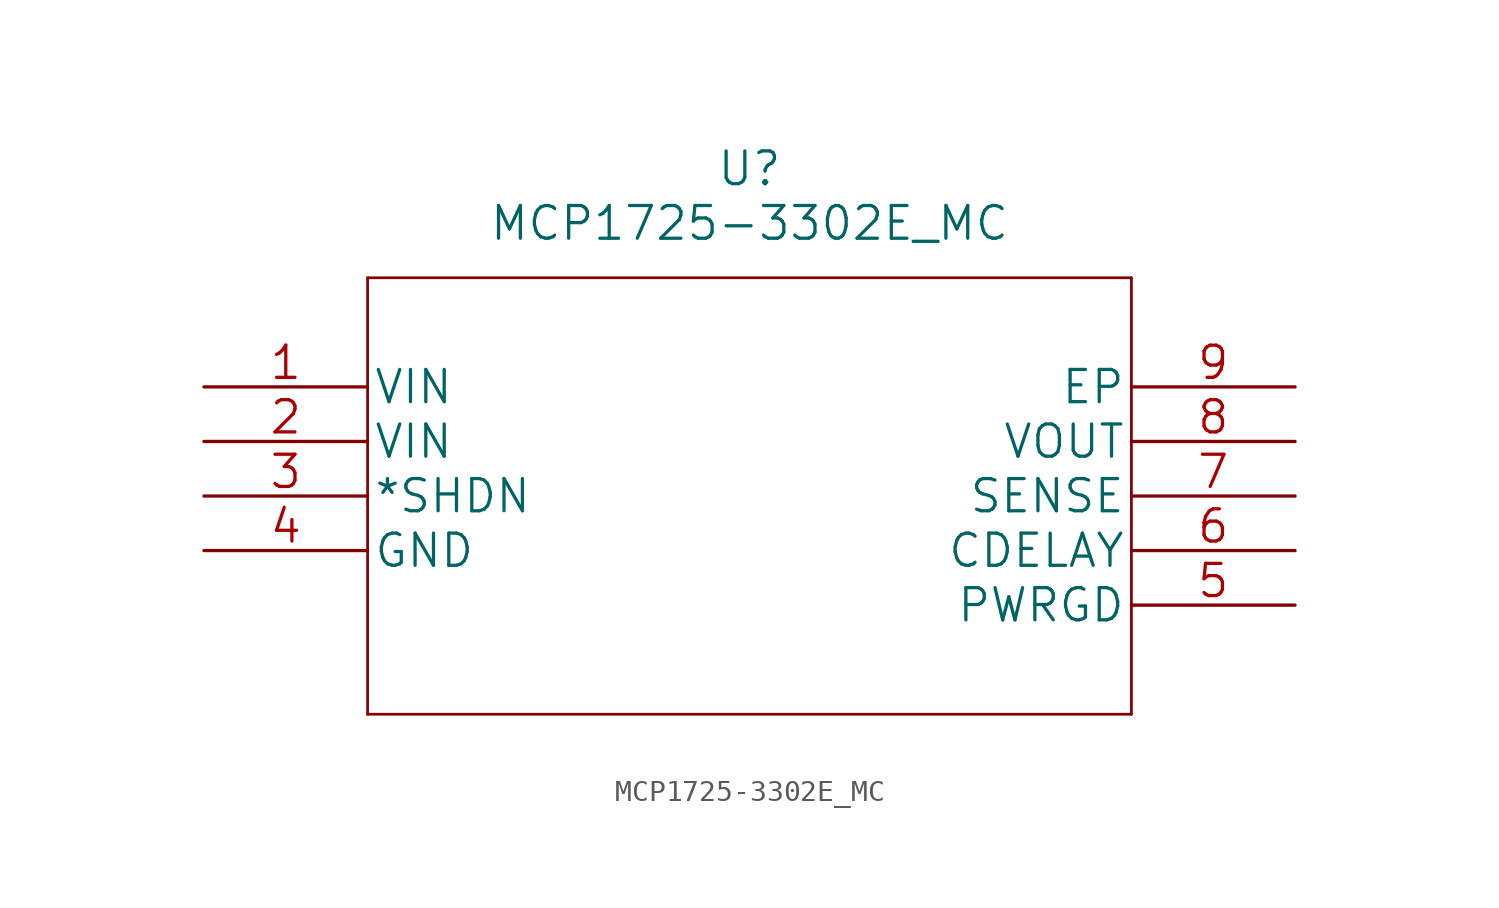
<source format=kicad_sym>
(kicad_symbol_lib
  (version 20211014)
  (generator kicad_symbol_editor)
  (symbol "MCP1725-3302E_MC"
    (pin_names
      (offset 0.254))
    (property "Reference" "U"
      (at 25.4 10.16 0)
      (effects (font (size 1.524 1.524))))
    (property "Value" "MCP1725-3302E_MC"
      (at 25.4 7.62 0)
      (effects (font (size 1.524 1.524))))
    (property "Datasheet" ""
      (at 0 0 0)
      (effects (font (size 1.524 1.524))))
    (property "ki_locked" ""
      (at 0 0 0)
      (effects (font (size 1.27 1.27))))
    (symbol "MCP1725-3302E_MC_1_1"
      (polyline (pts (xy 7.62 -15.24) (xy 43.18 -15.24)) (stroke (width 0.127) (type default) (color 0 0 0 0)) (fill (type none)))
      (polyline (pts (xy 7.62 5.08) (xy 7.62 -15.24)) (stroke (width 0.127) (type default) (color 0 0 0 0)) (fill (type none)))
      (polyline (pts (xy 43.18 -15.24) (xy 43.18 5.08)) (stroke (width 0.127) (type default) (color 0 0 0 0)) (fill (type none)))
      (polyline (pts (xy 43.18 5.08) (xy 7.62 5.08)) (stroke (width 0.127) (type default) (color 0 0 0 0)) (fill (type none)))
      (pin input line (at 0 0 0) (length 7.62) (name "VIN" (effects (font (size 1.499 1.499)))) (number "1" (effects (font (size 1.499 1.499)))))
      (pin input line (at 0 -2.54 0) (length 7.62) (name "VIN" (effects (font (size 1.499 1.499)))) (number "2" (effects (font (size 1.499 1.499)))))
      (pin input line (at 0 -5.08 0) (length 7.62) (name "*SHDN" (effects (font (size 1.499 1.499)))) (number "3" (effects (font (size 1.499 1.499)))))
      (pin input line (at 0 -7.62 0) (length 7.62) (name "GND" (effects (font (size 1.499 1.499)))) (number "4" (effects (font (size 1.499 1.499)))))
      (pin output line (at 50.8 -10.16 180) (length 7.62) (name "PWRGD" (effects (font (size 1.499 1.499)))) (number "5" (effects (font (size 1.499 1.499)))))
      (pin input line (at 50.8 -7.62 180) (length 7.62) (name "CDELAY" (effects (font (size 1.499 1.499)))) (number "6" (effects (font (size 1.499 1.499)))))
      (pin input line (at 50.8 -5.08 180) (length 7.62) (name "SENSE" (effects (font (size 1.499 1.499)))) (number "7" (effects (font (size 1.499 1.499)))))
      (pin output line (at 50.8 -2.54 180) (length 7.62) (name "VOUT" (effects (font (size 1.499 1.499)))) (number "8" (effects (font (size 1.499 1.499)))))
      (pin input line (at 50.8 0 180) (length 7.62) (name "EP" (effects (font (size 1.499 1.499)))) (number "9" (effects (font (size 1.499 1.499))))))))
</source>
